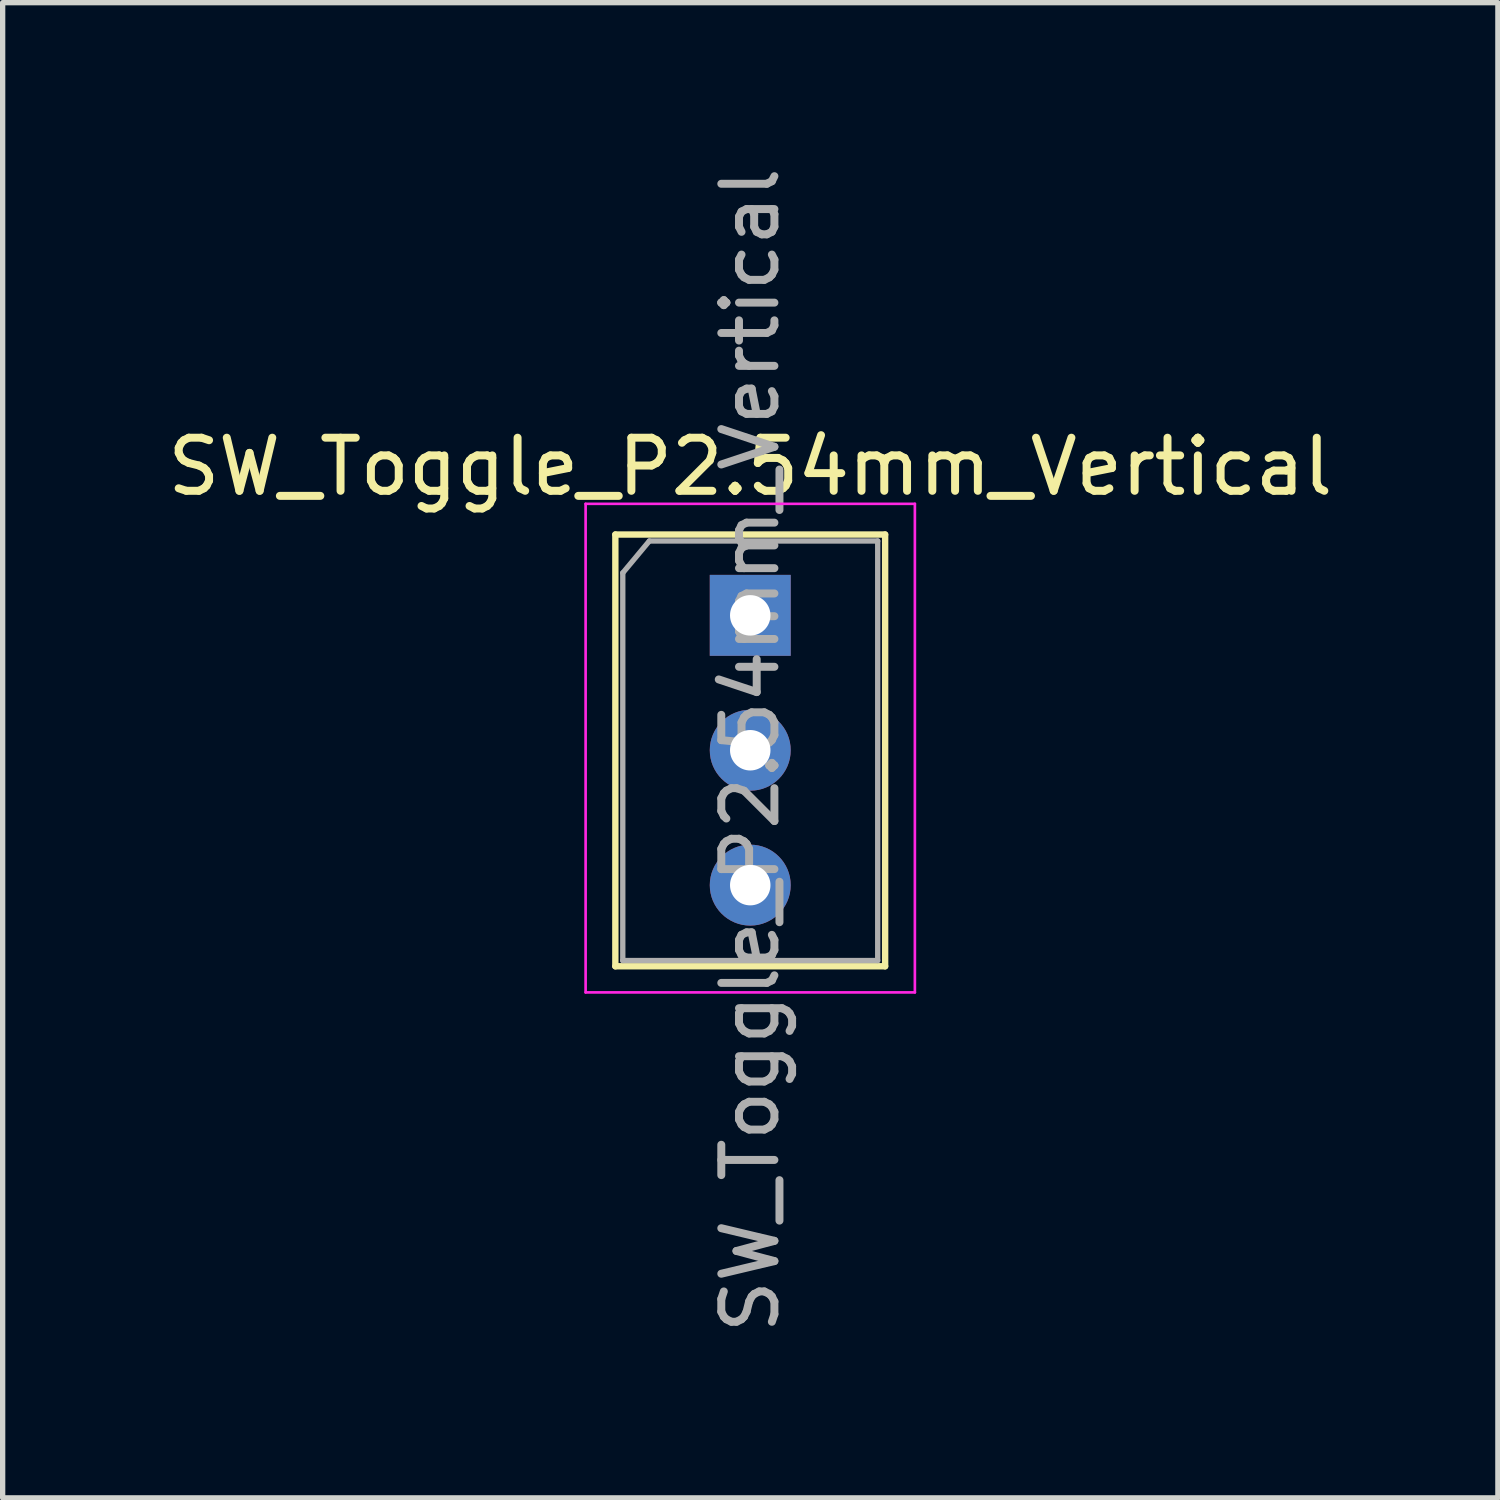
<source format=kicad_pcb>
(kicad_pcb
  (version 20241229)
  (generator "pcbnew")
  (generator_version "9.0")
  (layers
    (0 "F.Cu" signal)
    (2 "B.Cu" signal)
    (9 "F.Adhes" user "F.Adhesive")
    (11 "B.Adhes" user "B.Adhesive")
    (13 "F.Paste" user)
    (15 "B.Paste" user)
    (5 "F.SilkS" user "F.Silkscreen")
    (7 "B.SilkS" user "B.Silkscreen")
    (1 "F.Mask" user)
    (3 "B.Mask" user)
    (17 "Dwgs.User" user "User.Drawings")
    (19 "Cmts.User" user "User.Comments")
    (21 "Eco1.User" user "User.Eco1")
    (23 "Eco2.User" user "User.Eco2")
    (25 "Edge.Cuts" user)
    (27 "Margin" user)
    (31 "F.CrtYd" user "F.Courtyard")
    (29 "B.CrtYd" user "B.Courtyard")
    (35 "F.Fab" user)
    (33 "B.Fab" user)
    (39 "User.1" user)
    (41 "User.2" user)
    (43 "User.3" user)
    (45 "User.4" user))
  (footprint "SW_Toggle_P2.54mm_Vertical"
    (layer "F.Cu")
    (at 11.077 8.537)
    (property "Reference" "SW_Toggle_P2.54mm_Vertical" (at 0 -2.8 0) (layer "F.SilkS") (effects (font (size 1 1) (thickness 0.15))))
    (attr through_hole)
    (fp_line (start -2.54 -1.522) (end 2.54 -1.522) (stroke (width 0.12) (type solid)) (layer "F.SilkS"))
    (fp_line (start -2.54 6.608) (end -2.54 -1.522) (stroke (width 0.12) (type solid)) (layer "F.SilkS"))
    (fp_line (start 2.54 -1.522) (end 2.54 6.608) (stroke (width 0.12) (type solid)) (layer "F.SilkS"))
    (fp_line (start 2.54 6.608) (end -2.54 6.608) (stroke (width 0.12) (type solid)) (layer "F.SilkS"))
    (fp_line (start -3.1 -2.1) (end -3.1 7.1) (stroke (width 0.05) (type solid)) (layer "F.CrtYd"))
    (fp_line (start -3.1 7.1) (end 3.1 7.1) (stroke (width 0.05) (type solid)) (layer "F.CrtYd"))
    (fp_line (start 3.1 -2.1) (end -3.1 -2.1) (stroke (width 0.05) (type solid)) (layer "F.CrtYd"))
    (fp_line (start 3.1 7.1) (end 3.1 -2.1) (stroke (width 0.05) (type solid)) (layer "F.CrtYd"))
    (fp_line (start -2.4 -0.8) (end -1.9 -1.4) (stroke (width 0.1) (type solid)) (layer "F.Fab"))
    (fp_line (start -2.4 6.5) (end -2.4 -0.8) (stroke (width 0.1) (type solid)) (layer "F.Fab"))
    (fp_line (start -1.9 -1.4) (end 2.4 -1.4) (stroke (width 0.1) (type solid)) (layer "F.Fab"))
    (fp_line (start 2.4 -1.4) (end 2.4 6.5) (stroke (width 0.1) (type solid)) (layer "F.Fab"))
    (fp_line (start 2.4 6.5) (end -2.4 6.5) (stroke (width 0.1) (type solid)) (layer "F.Fab"))
    (fp_text user "${REFERENCE}" (at 0 2.54 90) (layer "F.Fab") (effects (font (size 1 1) (thickness 0.15))))
    (pad "1" thru_hole rect (at 0 0) (size 1.524 1.524) (drill 0.762) (layers "*.Cu" "*.Mask"))
    (pad "2" thru_hole circle (at 0 2.54) (size 1.524 1.524) (drill 0.762) (layers "*.Cu" "*.Mask"))
    (pad "3" thru_hole circle (at 0 5.08) (size 1.524 1.524) (drill 0.762) (layers "*.Cu" "*.Mask")))
  (gr_rect
    (start -3 -3)
    (end 25.155 25.155)
    (stroke (width 0.1) (type default))
    (fill no)
    (layer "Edge.Cuts")))
</source>
